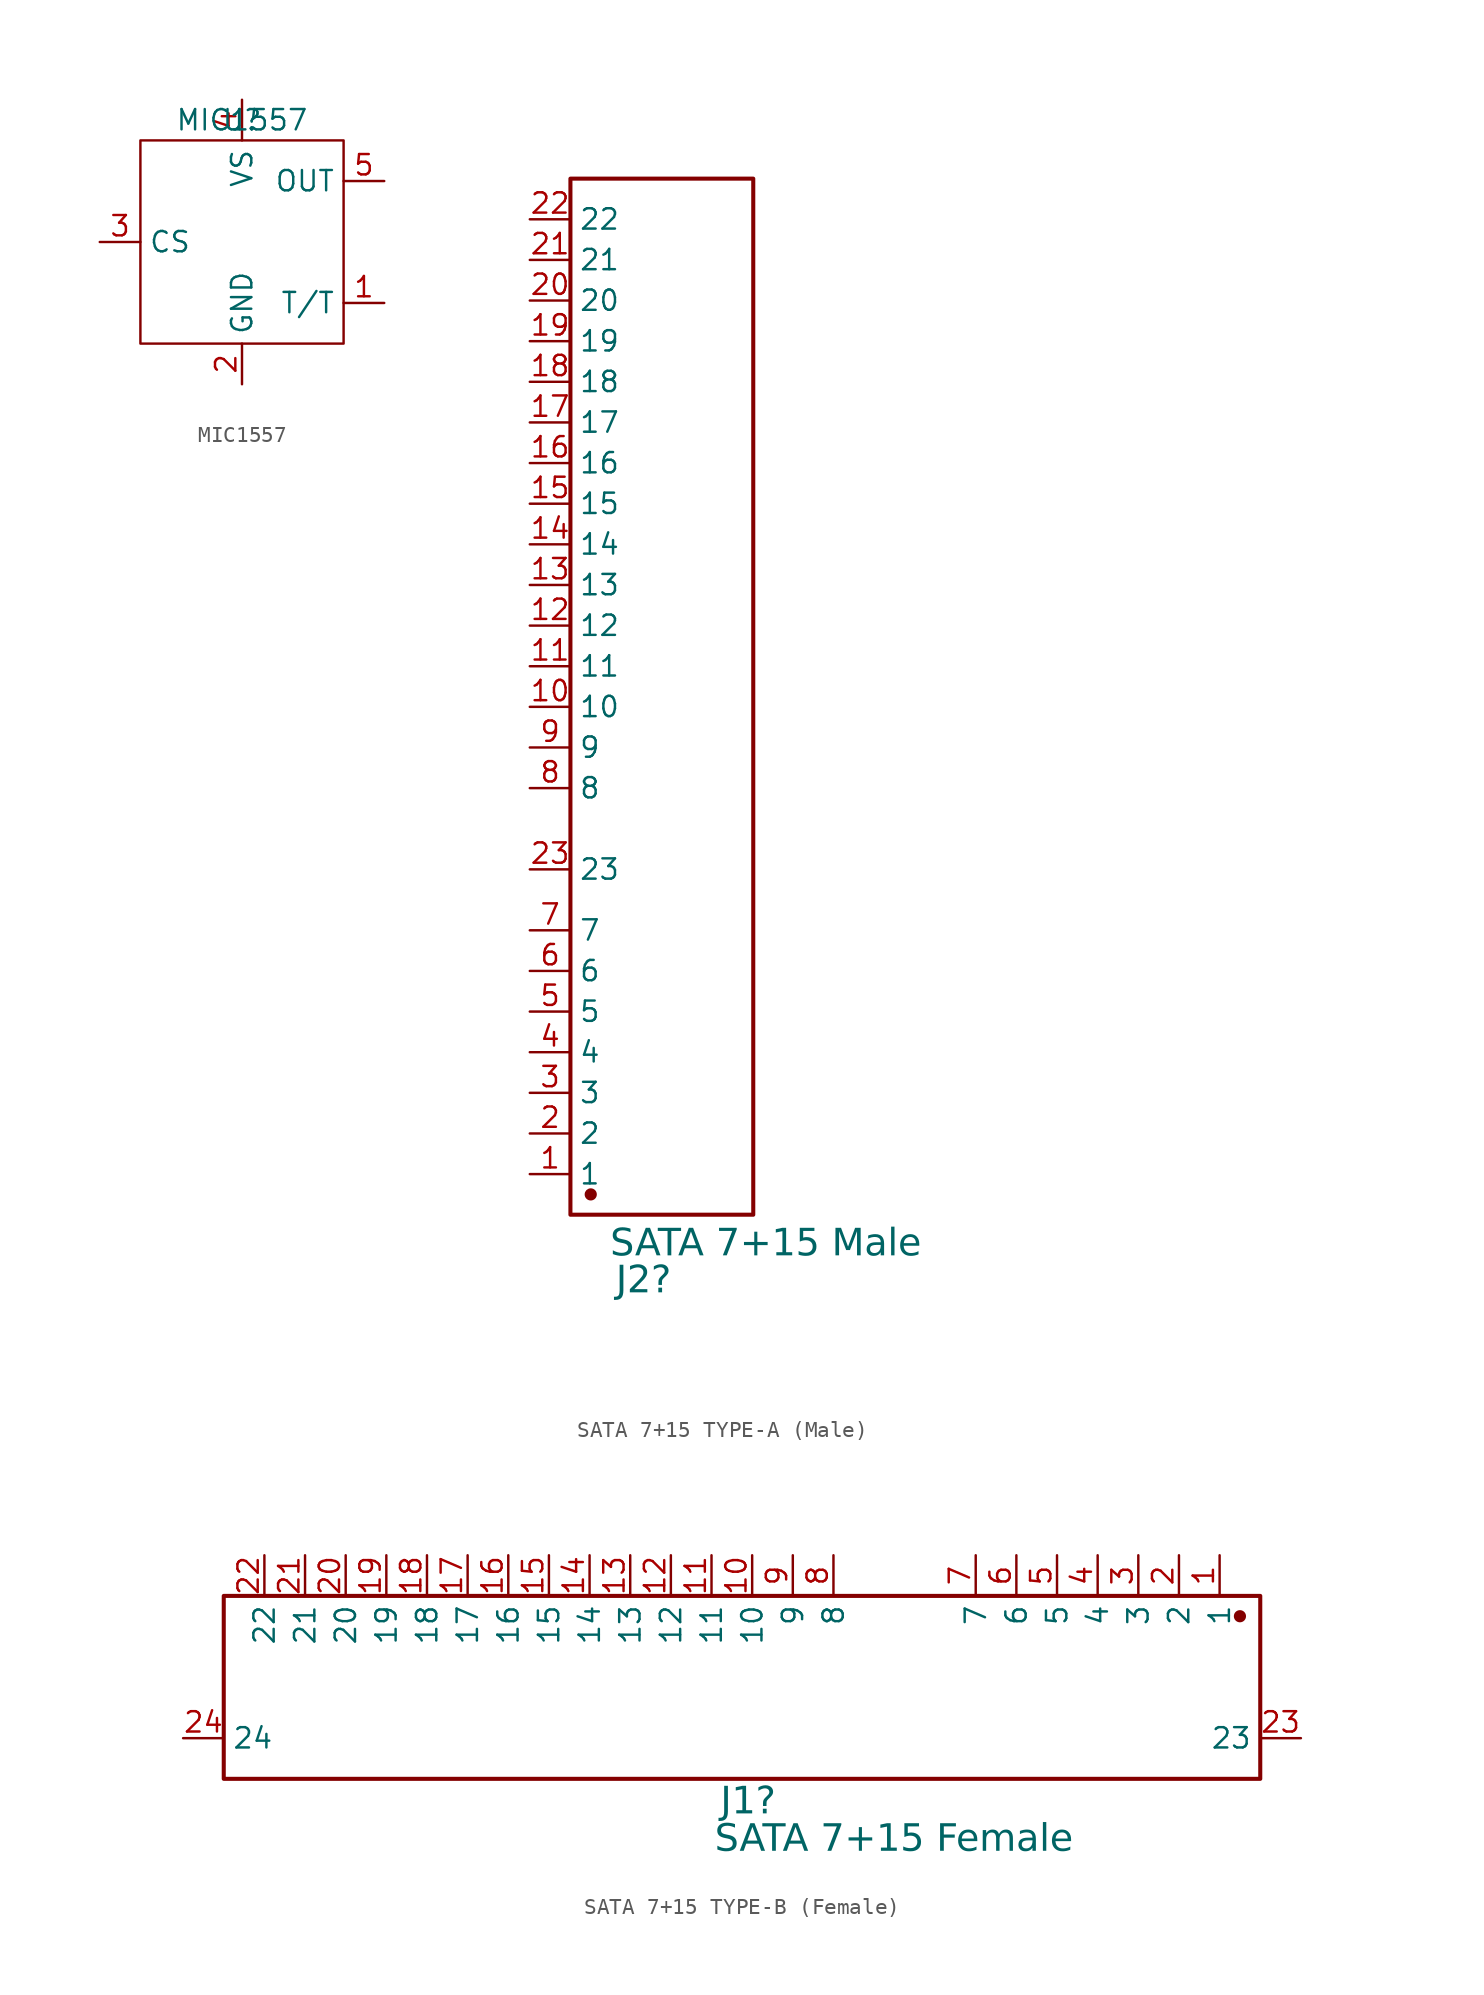
<source format=kicad_sym>
(kicad_symbol_lib
  (version 20241209)
  (generator "kicad_symbol_editor")
  (generator_version "9.0")
  (symbol "MIC1557"
    (property "Reference" "U"
      (at 0 0 0)
      (effects (font (size 1.27 1.27))))
    (property "Value" "MIC1557"
      (at 0 0 0)
      (effects (font (size 1.27 1.27))))
    (symbol "MIC1557_0_0"
      (pin input line (at -8.89 -7.62 0) (length 2.54) (name "CS" (effects (font (size 1.27 1.27)))) (number "3" (effects (font (size 1.27 1.27)))))
      (pin power_in line (at 0 1.27 270) (length 2.54) (name "VS" (effects (font (size 1.27 1.27)))) (number "4" (effects (font (size 1.27 1.27)))))
      (pin power_in line (at 0 -16.51 90) (length 2.54) (name "GND" (effects (font (size 1.27 1.27)))) (number "2" (effects (font (size 1.27 1.27)))))
      (pin output line (at 8.89 -3.81 180) (length 2.54) (name "OUT" (effects (font (size 1.27 1.27)))) (number "5" (effects (font (size 1.27 1.27)))))
      (pin bidirectional line (at 8.89 -11.43 180) (length 2.54) (name "T/T" (effects (font (size 1.27 1.27)))) (number "1" (effects (font (size 1.27 1.27))))))
    (symbol "MIC1557_0_1"
      (rectangle (start -6.35 -1.27) (end 6.35 -13.97) (stroke (width 0) (type default)) (fill (type none)))))
  (symbol "SATA 7+15 TYPE-A (Male)"
    (property "Reference" "J2"
      (at -0.965 -36.182 0)
      (effects (font (face "Arial") (size 1.689 1.689)) (justify left top)))
    (property "Value" "SATA 7+15 Male"
      (at -1.321 -33.871 0)
      (effects (font (face "Arial") (size 1.689 1.689)) (justify left top)))
    (symbol "SATA 7+15 TYPE-A (Male)_0_0"
      (rectangle (start -3.81 31.75) (end 7.62 -33.02) (stroke (width 0.254) (type solid)) (fill (type none)))
      (circle (center -2.54 -31.75) (radius 0.254) (stroke (width 0.254) (type solid)) (fill (type outline)))
      (pin unspecified line (at -6.35 29.21 0) (length 2.54) (name "22" (effects (font (size 1.27 1.27)))) (number "22" (effects (font (size 1.27 1.27)))))
      (pin unspecified line (at -6.35 26.67 0) (length 2.54) (name "21" (effects (font (size 1.27 1.27)))) (number "21" (effects (font (size 1.27 1.27)))))
      (pin unspecified line (at -6.35 24.13 0) (length 2.54) (name "20" (effects (font (size 1.27 1.27)))) (number "20" (effects (font (size 1.27 1.27)))))
      (pin unspecified line (at -6.35 21.59 0) (length 2.54) (name "19" (effects (font (size 1.27 1.27)))) (number "19" (effects (font (size 1.27 1.27)))))
      (pin unspecified line (at -6.35 19.05 0) (length 2.54) (name "18" (effects (font (size 1.27 1.27)))) (number "18" (effects (font (size 1.27 1.27)))))
      (pin unspecified line (at -6.35 16.51 0) (length 2.54) (name "17" (effects (font (size 1.27 1.27)))) (number "17" (effects (font (size 1.27 1.27)))))
      (pin unspecified line (at -6.35 13.97 0) (length 2.54) (name "16" (effects (font (size 1.27 1.27)))) (number "16" (effects (font (size 1.27 1.27)))))
      (pin unspecified line (at -6.35 11.43 0) (length 2.54) (name "15" (effects (font (size 1.27 1.27)))) (number "15" (effects (font (size 1.27 1.27)))))
      (pin unspecified line (at -6.35 8.89 0) (length 2.54) (name "14" (effects (font (size 1.27 1.27)))) (number "14" (effects (font (size 1.27 1.27)))))
      (pin unspecified line (at -6.35 6.35 0) (length 2.54) (name "13" (effects (font (size 1.27 1.27)))) (number "13" (effects (font (size 1.27 1.27)))))
      (pin unspecified line (at -6.35 3.81 0) (length 2.54) (name "12" (effects (font (size 1.27 1.27)))) (number "12" (effects (font (size 1.27 1.27)))))
      (pin unspecified line (at -6.35 1.27 0) (length 2.54) (name "11" (effects (font (size 1.27 1.27)))) (number "11" (effects (font (size 1.27 1.27)))))
      (pin unspecified line (at -6.35 -1.27 0) (length 2.54) (name "10" (effects (font (size 1.27 1.27)))) (number "10" (effects (font (size 1.27 1.27)))))
      (pin unspecified line (at -6.35 -3.81 0) (length 2.54) (name "9" (effects (font (size 1.27 1.27)))) (number "9" (effects (font (size 1.27 1.27)))))
      (pin unspecified line (at -6.35 -6.35 0) (length 2.54) (name "8" (effects (font (size 1.27 1.27)))) (number "8" (effects (font (size 1.27 1.27)))))
      (pin unspecified line (at -6.35 -11.43 0) (length 2.54) (name "23" (effects (font (size 1.27 1.27)))) (number "23" (effects (font (size 1.27 1.27)))))
      (pin unspecified line (at -6.35 -15.24 0) (length 2.54) (name "7" (effects (font (size 1.27 1.27)))) (number "7" (effects (font (size 1.27 1.27)))))
      (pin unspecified line (at -6.35 -17.78 0) (length 2.54) (name "6" (effects (font (size 1.27 1.27)))) (number "6" (effects (font (size 1.27 1.27)))))
      (pin unspecified line (at -6.35 -20.32 0) (length 2.54) (name "5" (effects (font (size 1.27 1.27)))) (number "5" (effects (font (size 1.27 1.27)))))
      (pin unspecified line (at -6.35 -22.86 0) (length 2.54) (name "4" (effects (font (size 1.27 1.27)))) (number "4" (effects (font (size 1.27 1.27)))))
      (pin unspecified line (at -6.35 -25.4 0) (length 2.54) (name "3" (effects (font (size 1.27 1.27)))) (number "3" (effects (font (size 1.27 1.27)))))
      (pin unspecified line (at -6.35 -27.94 0) (length 2.54) (name "2" (effects (font (size 1.27 1.27)))) (number "2" (effects (font (size 1.27 1.27)))))
      (pin unspecified line (at -6.35 -30.48 0) (length 2.54) (name "1" (effects (font (size 1.27 1.27)))) (number "1" (effects (font (size 1.27 1.27)))))))
  (symbol "SATA 7+15 TYPE-B (Female)"
    (property "Reference" "J1"
      (at -1.981 -6.82 0)
      (effects (font (face "Arial") (size 1.689 1.689)) (justify left top)))
    (property "Value" "SATA 7+15 Female"
      (at -2.337 -9.157 0)
      (effects (font (face "Arial") (size 1.689 1.689)) (justify left top)))
    (symbol "SATA 7+15 TYPE-B (Female)_0_0"
      (rectangle (start -33.02 5.08) (end 31.75 -6.35) (stroke (width 0.254) (type solid)) (fill (type none)))
      (circle (center 30.48 3.81) (radius 0.254) (stroke (width 0.254) (type solid)) (fill (type outline)))
      (pin unspecified line (at -35.56 -3.81 0) (length 2.54) (name "24" (effects (font (size 1.27 1.27)))) (number "24" (effects (font (size 1.27 1.27)))))
      (pin unspecified line (at -30.48 7.62 270) (length 2.54) (name "22" (effects (font (size 1.27 1.27)))) (number "22" (effects (font (size 1.27 1.27)))))
      (pin unspecified line (at -27.94 7.62 270) (length 2.54) (name "21" (effects (font (size 1.27 1.27)))) (number "21" (effects (font (size 1.27 1.27)))))
      (pin unspecified line (at -25.4 7.62 270) (length 2.54) (name "20" (effects (font (size 1.27 1.27)))) (number "20" (effects (font (size 1.27 1.27)))))
      (pin unspecified line (at -22.86 7.62 270) (length 2.54) (name "19" (effects (font (size 1.27 1.27)))) (number "19" (effects (font (size 1.27 1.27)))))
      (pin unspecified line (at -20.32 7.62 270) (length 2.54) (name "18" (effects (font (size 1.27 1.27)))) (number "18" (effects (font (size 1.27 1.27)))))
      (pin unspecified line (at -17.78 7.62 270) (length 2.54) (name "17" (effects (font (size 1.27 1.27)))) (number "17" (effects (font (size 1.27 1.27)))))
      (pin unspecified line (at -15.24 7.62 270) (length 2.54) (name "16" (effects (font (size 1.27 1.27)))) (number "16" (effects (font (size 1.27 1.27)))))
      (pin unspecified line (at -12.7 7.62 270) (length 2.54) (name "15" (effects (font (size 1.27 1.27)))) (number "15" (effects (font (size 1.27 1.27)))))
      (pin unspecified line (at -10.16 7.62 270) (length 2.54) (name "14" (effects (font (size 1.27 1.27)))) (number "14" (effects (font (size 1.27 1.27)))))
      (pin unspecified line (at -7.62 7.62 270) (length 2.54) (name "13" (effects (font (size 1.27 1.27)))) (number "13" (effects (font (size 1.27 1.27)))))
      (pin unspecified line (at -5.08 7.62 270) (length 2.54) (name "12" (effects (font (size 1.27 1.27)))) (number "12" (effects (font (size 1.27 1.27)))))
      (pin unspecified line (at -2.54 7.62 270) (length 2.54) (name "11" (effects (font (size 1.27 1.27)))) (number "11" (effects (font (size 1.27 1.27)))))
      (pin unspecified line (at 0 7.62 270) (length 2.54) (name "10" (effects (font (size 1.27 1.27)))) (number "10" (effects (font (size 1.27 1.27)))))
      (pin unspecified line (at 2.54 7.62 270) (length 2.54) (name "9" (effects (font (size 1.27 1.27)))) (number "9" (effects (font (size 1.27 1.27)))))
      (pin unspecified line (at 5.08 7.62 270) (length 2.54) (name "8" (effects (font (size 1.27 1.27)))) (number "8" (effects (font (size 1.27 1.27)))))
      (pin unspecified line (at 13.97 7.62 270) (length 2.54) (name "7" (effects (font (size 1.27 1.27)))) (number "7" (effects (font (size 1.27 1.27)))))
      (pin unspecified line (at 16.51 7.62 270) (length 2.54) (name "6" (effects (font (size 1.27 1.27)))) (number "6" (effects (font (size 1.27 1.27)))))
      (pin unspecified line (at 19.05 7.62 270) (length 2.54) (name "5" (effects (font (size 1.27 1.27)))) (number "5" (effects (font (size 1.27 1.27)))))
      (pin unspecified line (at 21.59 7.62 270) (length 2.54) (name "4" (effects (font (size 1.27 1.27)))) (number "4" (effects (font (size 1.27 1.27)))))
      (pin unspecified line (at 24.13 7.62 270) (length 2.54) (name "3" (effects (font (size 1.27 1.27)))) (number "3" (effects (font (size 1.27 1.27)))))
      (pin unspecified line (at 26.67 7.62 270) (length 2.54) (name "2" (effects (font (size 1.27 1.27)))) (number "2" (effects (font (size 1.27 1.27)))))
      (pin unspecified line (at 29.21 7.62 270) (length 2.54) (name "1" (effects (font (size 1.27 1.27)))) (number "1" (effects (font (size 1.27 1.27)))))
      (pin unspecified line (at 34.29 -3.81 180) (length 2.54) (name "23" (effects (font (size 1.27 1.27)))) (number "23" (effects (font (size 1.27 1.27))))))))
</source>
